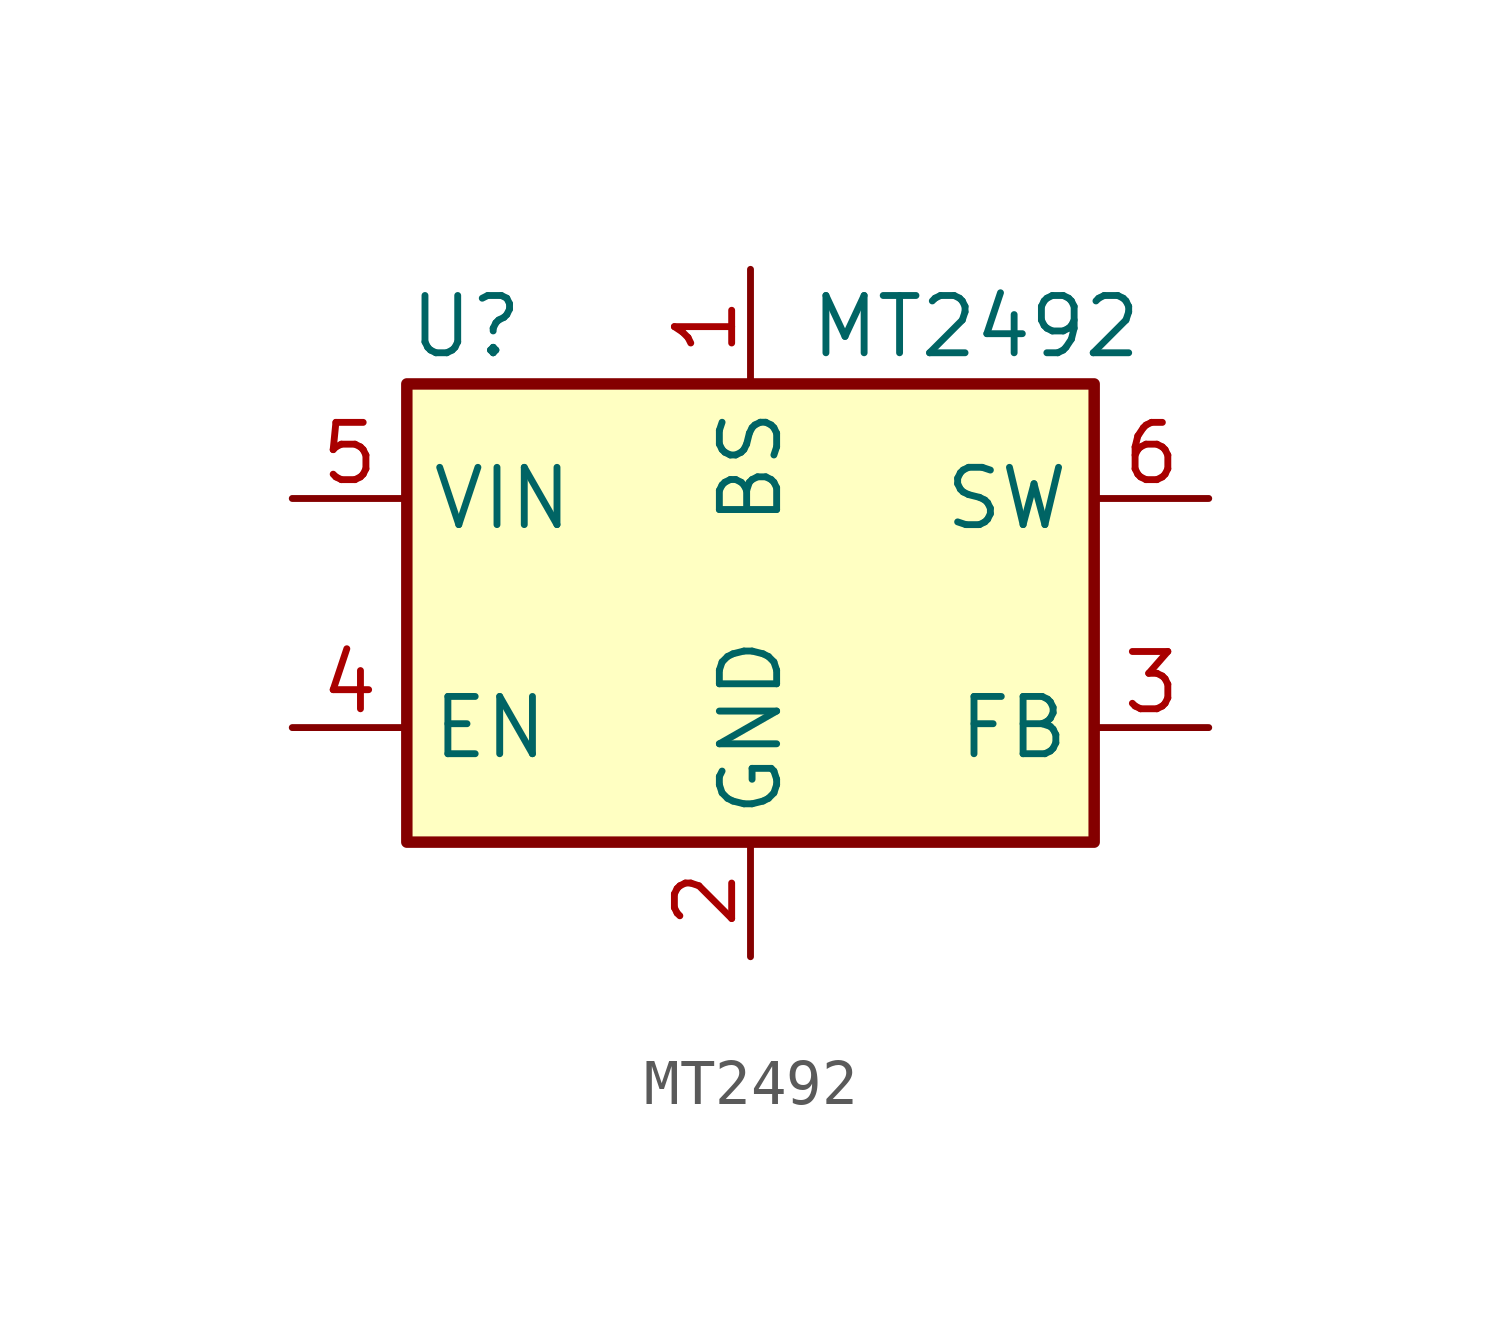
<source format=kicad_sym>
(kicad_symbol_lib
  (version 20220914)
  (generator kicad_symbol_editor)
  (symbol "MT2492"
    (property "Reference" "U"
      (at -7.62 6.35 0)
      (effects (font (size 1.27 1.27)) (justify left)))
    (property "Value" "MT2492"
      (at 1.27 6.35 0)
      (effects (font (size 1.27 1.27)) (justify left)))
    (symbol "MT2492_0_1"
      (rectangle (start -7.62 5.08) (end 7.62 -5.08) (stroke (width 0.254) (type default)) (fill (type background))))
    (symbol "MT2492_1_1"
      (pin passive line (at 0 7.62 270) (length 2.54) (name "BS" (effects (font (size 1.27 1.27)))) (number "1" (effects (font (size 1.27 1.27)))))
      (pin power_in line (at 0 -7.62 90) (length 2.54) (name "GND" (effects (font (size 1.27 1.27)))) (number "2" (effects (font (size 1.27 1.27)))))
      (pin passive line (at 10.16 -2.54 180) (length 2.54) (name "FB" (effects (font (size 1.27 1.27)))) (number "3" (effects (font (size 1.27 1.27)))))
      (pin input line (at -10.16 -2.54 0) (length 2.54) (name "EN" (effects (font (size 1.27 1.27)))) (number "4" (effects (font (size 1.27 1.27)))))
      (pin power_in line (at -10.16 2.54 0) (length 2.54) (name "VIN" (effects (font (size 1.27 1.27)))) (number "5" (effects (font (size 1.27 1.27)))))
      (pin power_out line (at 10.16 2.54 180) (length 2.54) (name "SW" (effects (font (size 1.27 1.27)))) (number "6" (effects (font (size 1.27 1.27))))))))
</source>
